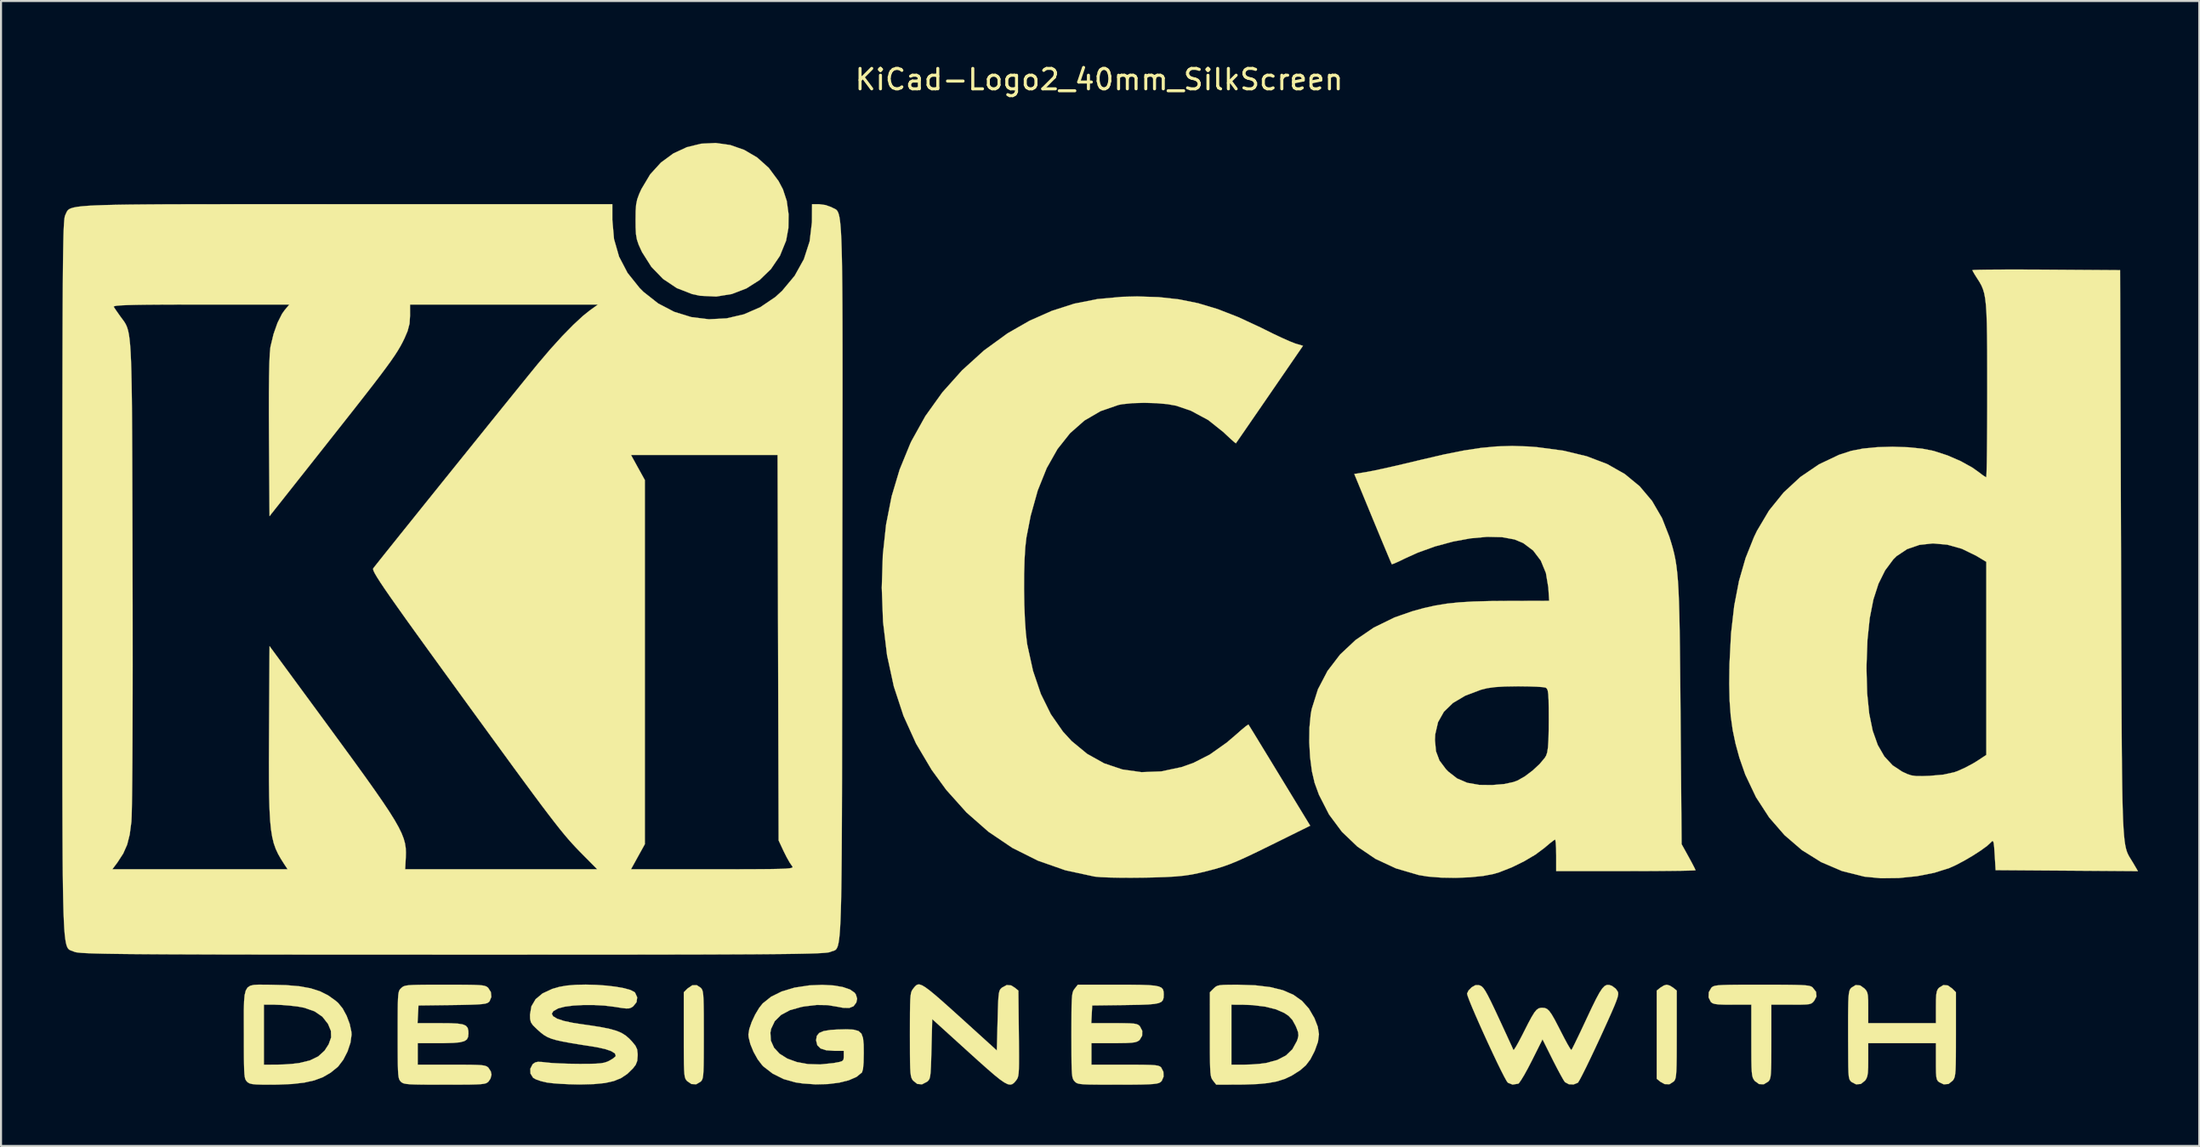
<source format=kicad_pcb>
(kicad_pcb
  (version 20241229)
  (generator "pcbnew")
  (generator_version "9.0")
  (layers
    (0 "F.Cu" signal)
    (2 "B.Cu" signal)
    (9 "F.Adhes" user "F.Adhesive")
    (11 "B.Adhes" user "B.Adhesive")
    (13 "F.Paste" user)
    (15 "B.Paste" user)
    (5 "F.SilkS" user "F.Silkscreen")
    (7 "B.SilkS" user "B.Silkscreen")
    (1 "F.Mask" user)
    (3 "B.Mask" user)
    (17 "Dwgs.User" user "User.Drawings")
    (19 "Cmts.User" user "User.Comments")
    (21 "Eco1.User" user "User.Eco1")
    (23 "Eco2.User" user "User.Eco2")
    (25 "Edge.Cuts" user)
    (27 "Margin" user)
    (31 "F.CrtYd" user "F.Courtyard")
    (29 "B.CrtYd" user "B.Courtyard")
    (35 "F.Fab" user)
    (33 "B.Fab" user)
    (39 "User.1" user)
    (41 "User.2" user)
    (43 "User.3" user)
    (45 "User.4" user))
  (footprint "KiCad-Logo2_40mm_SilkScreen"
    (layer "F.Cu")
    (at 50.806 23.708)
    (property "Reference" "KiCad-Logo2_40mm_SilkScreen" (at 0 -22.86 0) (layer "F.SilkS") (effects (font (size 1 1) (thickness 0.15))))
    (attr exclude_from_pos_files exclude_from_bom allow_missing_courtyard)
    (fp_poly (pts (xy 27.966 21.545) (xy 28.124 21.644) (xy 28.302 21.788) (xy 28.302 23.935) (xy 28.301 24.563) (xy 28.299 25.057) (xy 28.293 25.436) (xy 28.284 25.717) (xy 28.269 25.917) (xy 28.249 26.054) (xy 28.221 26.146) (xy 28.184 26.209) (xy 28.158 26.24) (xy 27.948 26.377) (xy 27.709 26.371) (xy 27.5 26.255) (xy 27.322 26.11) (xy 27.322 21.788) (xy 27.5 21.644) (xy 27.672 21.539) (xy 27.812 21.5) (xy 27.966 21.545)) (stroke (width 0.01) (type solid)) (fill yes) (layer "F.SilkS"))
    (fp_poly (pts (xy -19.521 21.65) (xy -19.477 21.701) (xy -19.443 21.766) (xy -19.417 21.863) (xy -19.398 22.01) (xy -19.385 22.225) (xy -19.377 22.523) (xy -19.372 22.924) (xy -19.371 23.444) (xy -19.37 23.949) (xy -19.371 24.576) (xy -19.373 25.069) (xy -19.378 25.447) (xy -19.387 25.726) (xy -19.401 25.924) (xy -19.421 26.059) (xy -19.449 26.148) (xy -19.486 26.209) (xy -19.521 26.248) (xy -19.741 26.379) (xy -19.976 26.368) (xy -20.186 26.224) (xy -20.235 26.168) (xy -20.272 26.103) (xy -20.301 26.012) (xy -20.321 25.875) (xy -20.335 25.675) (xy -20.344 25.395) (xy -20.348 25.016) (xy -20.35 24.521) (xy -20.35 23.96) (xy -20.35 21.87) (xy -20.165 21.685) (xy -19.937 21.529) (xy -19.716 21.523) (xy -19.521 21.65)) (stroke (width 0.01) (type solid)) (fill yes) (layer "F.SilkS"))
    (fp_poly (pts (xy -18.076 -19.651) (xy -17.392 -19.413) (xy -16.756 -19.04) (xy -16.187 -18.531) (xy -15.708 -17.886) (xy -15.493 -17.48) (xy -15.306 -16.911) (xy -15.216 -16.254) (xy -15.226 -15.579) (xy -15.337 -14.968) (xy -15.641 -14.22) (xy -16.081 -13.572) (xy -16.635 -13.035) (xy -17.282 -12.624) (xy -17.998 -12.349) (xy -18.761 -12.225) (xy -19.549 -12.263) (xy -19.938 -12.345) (xy -20.695 -12.64) (xy -21.367 -13.089) (xy -21.938 -13.679) (xy -22.393 -14.397) (xy -22.431 -14.475) (xy -22.564 -14.769) (xy -22.647 -15.017) (xy -22.693 -15.278) (xy -22.711 -15.613) (xy -22.714 -15.977) (xy -22.709 -16.415) (xy -22.686 -16.732) (xy -22.634 -16.987) (xy -22.541 -17.243) (xy -22.426 -17.496) (xy -21.998 -18.213) (xy -21.47 -18.793) (xy -20.864 -19.237) (xy -20.201 -19.545) (xy -19.501 -19.716) (xy -18.786 -19.751) (xy -18.076 -19.651)) (stroke (width 0.01) (type solid)) (fill yes) (layer "F.SilkS"))
    (fp_poly (pts (xy 33.136 21.5) (xy 33.662 21.503) (xy 34.07 21.508) (xy 34.376 21.517) (xy 34.599 21.53) (xy 34.753 21.549) (xy 34.856 21.574) (xy 34.924 21.607) (xy 34.957 21.631) (xy 35.128 21.849) (xy 35.149 22.074) (xy 35.043 22.279) (xy 34.974 22.361) (xy 34.9 22.417) (xy 34.792 22.452) (xy 34.622 22.47) (xy 34.363 22.478) (xy 33.986 22.479) (xy 33.911 22.479) (xy 32.937 22.479) (xy 32.937 24.288) (xy 32.936 24.858) (xy 32.934 25.297) (xy 32.927 25.624) (xy 32.915 25.857) (xy 32.896 26.017) (xy 32.869 26.123) (xy 32.833 26.194) (xy 32.786 26.248) (xy 32.566 26.38) (xy 32.337 26.37) (xy 32.129 26.219) (xy 32.113 26.2) (xy 32.064 26.129) (xy 32.026 26.046) (xy 31.998 25.931) (xy 31.979 25.764) (xy 31.967 25.524) (xy 31.96 25.192) (xy 31.958 24.747) (xy 31.957 24.24) (xy 31.957 22.479) (xy 31.027 22.479) (xy 30.628 22.477) (xy 30.351 22.466) (xy 30.17 22.444) (xy 30.056 22.407) (xy 29.981 22.351) (xy 29.972 22.342) (xy 29.862 22.12) (xy 29.872 21.869) (xy 29.998 21.65) (xy 30.046 21.608) (xy 30.109 21.574) (xy 30.202 21.548) (xy 30.343 21.529) (xy 30.548 21.516) (xy 30.834 21.507) (xy 31.217 21.502) (xy 31.714 21.5) (xy 32.343 21.5) (xy 32.477 21.5) (xy 33.136 21.5)) (stroke (width 0.01) (type solid)) (fill yes) (layer "F.SilkS"))
    (fp_poly (pts (xy 41.587 21.536) (xy 41.797 21.685) (xy 41.982 21.87) (xy 41.982 23.936) (xy 41.981 24.549) (xy 41.979 25.03) (xy 41.973 25.397) (xy 41.964 25.668) (xy 41.948 25.861) (xy 41.926 25.995) (xy 41.896 26.088) (xy 41.856 26.158) (xy 41.825 26.2) (xy 41.62 26.364) (xy 41.385 26.382) (xy 41.169 26.281) (xy 41.098 26.222) (xy 41.051 26.143) (xy 41.022 26.016) (xy 41.007 25.812) (xy 41.002 25.503) (xy 41.002 25.264) (xy 41.002 24.364) (xy 37.685 24.364) (xy 37.685 25.183) (xy 37.682 25.557) (xy 37.668 25.814) (xy 37.639 25.988) (xy 37.589 26.112) (xy 37.529 26.2) (xy 37.323 26.364) (xy 37.09 26.383) (xy 36.866 26.267) (xy 36.805 26.206) (xy 36.762 26.125) (xy 36.734 25.999) (xy 36.717 25.803) (xy 36.708 25.511) (xy 36.704 25.099) (xy 36.704 25.004) (xy 36.7 24.227) (xy 36.699 23.587) (xy 36.699 23.069) (xy 36.703 22.66) (xy 36.709 22.345) (xy 36.72 22.11) (xy 36.736 21.942) (xy 36.758 21.825) (xy 36.785 21.746) (xy 36.819 21.692) (xy 36.856 21.65) (xy 37.069 21.518) (xy 37.291 21.536) (xy 37.5 21.685) (xy 37.585 21.78) (xy 37.639 21.886) (xy 37.669 22.037) (xy 37.683 22.267) (xy 37.685 22.613) (xy 37.685 22.627) (xy 37.685 23.384) (xy 41.002 23.384) (xy 41.002 22.592) (xy 41.005 22.228) (xy 41.019 21.982) (xy 41.048 21.822) (xy 41.097 21.716) (xy 41.153 21.65) (xy 41.365 21.518) (xy 41.587 21.536)) (stroke (width 0.01) (type solid)) (fill yes) (layer "F.SilkS"))
    (fp_poly (pts (xy 6.799 21.501) (xy 7.66 21.53) (xy 8.392 21.618) (xy 9.008 21.771) (xy 9.519 21.994) (xy 9.938 22.291) (xy 10.277 22.669) (xy 10.547 23.133) (xy 10.552 23.144) (xy 10.713 23.559) (xy 10.771 23.926) (xy 10.724 24.296) (xy 10.573 24.718) (xy 10.545 24.782) (xy 10.35 25.158) (xy 10.131 25.448) (xy 9.848 25.695) (xy 9.462 25.94) (xy 9.44 25.953) (xy 9.104 26.114) (xy 8.724 26.235) (xy 8.276 26.319) (xy 7.735 26.37) (xy 7.078 26.393) (xy 6.845 26.395) (xy 5.739 26.399) (xy 5.583 26.2) (xy 5.537 26.135) (xy 5.5 26.059) (xy 5.473 25.953) (xy 5.454 25.8) (xy 5.441 25.581) (xy 5.436 25.419) (xy 6.482 25.419) (xy 7.109 25.419) (xy 7.476 25.408) (xy 7.852 25.38) (xy 8.161 25.34) (xy 8.18 25.337) (xy 8.729 25.189) (xy 9.154 24.968) (xy 9.47 24.663) (xy 9.69 24.263) (xy 9.728 24.157) (xy 9.766 23.992) (xy 9.75 23.829) (xy 9.671 23.612) (xy 9.623 23.505) (xy 9.467 23.222) (xy 9.28 23.023) (xy 9.073 22.885) (xy 8.659 22.704) (xy 8.13 22.574) (xy 7.513 22.499) (xy 7.066 22.482) (xy 6.482 22.479) (xy 6.482 25.419) (xy 5.436 25.419) (xy 5.433 25.278) (xy 5.428 24.873) (xy 5.427 24.347) (xy 5.427 23.936) (xy 5.427 21.87) (xy 5.612 21.685) (xy 5.694 21.61) (xy 5.783 21.558) (xy 5.907 21.526) (xy 6.094 21.509) (xy 6.374 21.502) (xy 6.775 21.501) (xy 6.799 21.501)) (stroke (width 0.01) (type solid)) (fill yes) (layer "F.SilkS"))
    (fp_poly (pts (xy -40.87 21.5) (xy -40.606 21.502) (xy -39.834 21.521) (xy -39.187 21.576) (xy -38.643 21.674) (xy -38.181 21.821) (xy -37.779 22.022) (xy -37.413 22.284) (xy -37.283 22.397) (xy -37.067 22.663) (xy -36.871 23.024) (xy -36.721 23.424) (xy -36.639 23.807) (xy -36.63 23.949) (xy -36.684 24.342) (xy -36.827 24.771) (xy -37.035 25.177) (xy -37.281 25.501) (xy -37.321 25.54) (xy -37.66 25.814) (xy -38.031 26.029) (xy -38.455 26.188) (xy -38.954 26.299) (xy -39.55 26.367) (xy -40.264 26.396) (xy -40.59 26.399) (xy -41.006 26.397) (xy -41.298 26.388) (xy -41.494 26.37) (xy -41.622 26.338) (xy -41.709 26.29) (xy -41.755 26.248) (xy -41.799 26.197) (xy -41.834 26.132) (xy -41.86 26.035) (xy -41.879 25.888) (xy -41.892 25.674) (xy -41.9 25.375) (xy -41.904 24.974) (xy -41.906 24.454) (xy -41.906 23.949) (xy -41.908 23.275) (xy -41.908 22.737) (xy -41.901 22.479) (xy -40.926 22.479) (xy -40.926 25.419) (xy -40.305 25.418) (xy -39.93 25.408) (xy -39.539 25.38) (xy -39.212 25.341) (xy -39.202 25.34) (xy -38.673 25.212) (xy -38.263 25.013) (xy -37.952 24.73) (xy -37.753 24.423) (xy -37.631 24.083) (xy -37.641 23.764) (xy -37.783 23.422) (xy -38.06 23.067) (xy -38.444 22.805) (xy -38.943 22.63) (xy -39.276 22.568) (xy -39.655 22.524) (xy -40.056 22.492) (xy -40.397 22.479) (xy -40.418 22.479) (xy -40.926 22.479) (xy -41.901 22.479) (xy -41.897 22.319) (xy -41.869 22.007) (xy -41.814 21.785) (xy -41.726 21.638) (xy -41.595 21.551) (xy -41.414 21.509) (xy -41.175 21.497) (xy -40.87 21.5)) (stroke (width 0.01) (type solid)) (fill yes) (layer "F.SilkS"))
    (fp_poly (pts (xy -8.68 21.529) (xy -8.523 21.621) (xy -8.317 21.772) (xy -8.052 21.989) (xy -7.718 22.278) (xy -7.303 22.648) (xy -6.797 23.104) (xy -6.218 23.629) (xy -5.012 24.723) (xy -4.974 23.255) (xy -4.961 22.75) (xy -4.948 22.374) (xy -4.932 22.105) (xy -4.911 21.921) (xy -4.882 21.802) (xy -4.842 21.724) (xy -4.788 21.667) (xy -4.759 21.643) (xy -4.528 21.517) (xy -4.309 21.535) (xy -4.135 21.644) (xy -3.957 21.788) (xy -3.935 23.89) (xy -3.929 24.509) (xy -3.926 24.995) (xy -3.927 25.366) (xy -3.933 25.641) (xy -3.945 25.838) (xy -3.965 25.974) (xy -3.993 26.069) (xy -4.031 26.139) (xy -4.072 26.196) (xy -4.162 26.301) (xy -4.252 26.371) (xy -4.354 26.397) (xy -4.48 26.374) (xy -4.643 26.292) (xy -4.856 26.145) (xy -5.13 25.925) (xy -5.478 25.625) (xy -5.914 25.237) (xy -6.407 24.791) (xy -8.178 23.185) (xy -8.215 24.648) (xy -8.229 25.152) (xy -8.242 25.527) (xy -8.258 25.796) (xy -8.279 25.978) (xy -8.308 26.097) (xy -8.349 26.175) (xy -8.403 26.232) (xy -8.431 26.255) (xy -8.678 26.382) (xy -8.911 26.363) (xy -9.114 26.2) (xy -9.161 26.135) (xy -9.197 26.058) (xy -9.224 25.952) (xy -9.244 25.799) (xy -9.257 25.579) (xy -9.265 25.275) (xy -9.269 24.868) (xy -9.27 24.34) (xy -9.271 23.949) (xy -9.27 23.338) (xy -9.268 22.859) (xy -9.262 22.494) (xy -9.253 22.225) (xy -9.237 22.033) (xy -9.215 21.9) (xy -9.184 21.808) (xy -9.144 21.738) (xy -9.114 21.698) (xy -9.039 21.604) (xy -8.969 21.533) (xy -8.892 21.492) (xy -8.8 21.488) (xy -8.68 21.529)) (stroke (width 0.01) (type solid)) (fill yes) (layer "F.SilkS"))
    (fp_poly (pts (xy -13.02 21.536) (xy -12.562 21.613) (xy -12.211 21.733) (xy -11.982 21.89) (xy -11.92 21.979) (xy -11.857 22.188) (xy -11.899 22.376) (xy -12.034 22.555) (xy -12.243 22.639) (xy -12.546 22.632) (xy -12.781 22.587) (xy -13.302 22.5) (xy -13.835 22.492) (xy -14.432 22.562) (xy -14.596 22.592) (xy -15.151 22.748) (xy -15.585 22.981) (xy -15.893 23.286) (xy -16.071 23.659) (xy -16.108 23.852) (xy -16.084 24.243) (xy -15.928 24.59) (xy -15.655 24.884) (xy -15.279 25.12) (xy -14.814 25.29) (xy -14.273 25.389) (xy -13.673 25.408) (xy -13.025 25.342) (xy -12.989 25.336) (xy -12.731 25.288) (xy -12.589 25.241) (xy -12.527 25.173) (xy -12.512 25.058) (xy -12.512 24.997) (xy -12.512 24.741) (xy -12.969 24.741) (xy -13.372 24.713) (xy -13.648 24.625) (xy -13.808 24.468) (xy -13.866 24.236) (xy -13.867 24.206) (xy -13.833 24.007) (xy -13.717 23.865) (xy -13.5 23.772) (xy -13.164 23.717) (xy -12.84 23.697) (xy -12.368 23.685) (xy -12.026 23.703) (xy -11.792 23.768) (xy -11.647 23.898) (xy -11.569 24.113) (xy -11.537 24.429) (xy -11.532 24.845) (xy -11.541 25.308) (xy -11.569 25.624) (xy -11.617 25.792) (xy -11.626 25.805) (xy -11.886 26.016) (xy -12.267 26.183) (xy -12.745 26.302) (xy -13.295 26.37) (xy -13.895 26.384) (xy -14.519 26.34) (xy -14.886 26.286) (xy -15.461 26.123) (xy -15.996 25.857) (xy -16.444 25.511) (xy -16.512 25.442) (xy -16.733 25.151) (xy -16.933 24.791) (xy -17.088 24.414) (xy -17.174 24.071) (xy -17.185 23.94) (xy -17.14 23.665) (xy -17.022 23.323) (xy -16.854 22.964) (xy -16.657 22.635) (xy -16.483 22.416) (xy -16.076 22.09) (xy -15.549 21.83) (xy -14.923 21.643) (xy -14.215 21.534) (xy -13.567 21.507) (xy -13.02 21.536)) (stroke (width 0.01) (type solid)) (fill yes) (layer "F.SilkS"))
    (fp_poly (pts (xy 1.538 21.501) (xy 2.048 21.507) (xy 2.438 21.521) (xy 2.726 21.547) (xy 2.926 21.588) (xy 3.054 21.647) (xy 3.126 21.727) (xy 3.158 21.833) (xy 3.166 21.966) (xy 3.166 21.982) (xy 3.159 22.133) (xy 3.127 22.25) (xy 3.053 22.338) (xy 2.92 22.4) (xy 2.71 22.442) (xy 2.405 22.469) (xy 1.989 22.485) (xy 1.444 22.494) (xy 1.277 22.497) (xy -0.339 22.517) (xy -0.362 22.95) (xy -0.384 23.384) (xy 0.738 23.384) (xy 1.177 23.385) (xy 1.49 23.392) (xy 1.703 23.407) (xy 1.841 23.434) (xy 1.93 23.474) (xy 1.995 23.532) (xy 1.995 23.532) (xy 2.112 23.757) (xy 2.108 23.999) (xy 1.985 24.206) (xy 1.961 24.227) (xy 1.874 24.282) (xy 1.756 24.32) (xy 1.579 24.344) (xy 1.318 24.358) (xy 0.946 24.363) (xy 0.708 24.364) (xy -0.377 24.364) (xy -0.377 25.419) (xy 1.27 25.419) (xy 1.813 25.42) (xy 2.226 25.424) (xy 2.528 25.432) (xy 2.739 25.446) (xy 2.879 25.468) (xy 2.968 25.5) (xy 3.026 25.541) (xy 3.041 25.557) (xy 3.149 25.767) (xy 3.157 26.007) (xy 3.068 26.215) (xy 2.998 26.281) (xy 2.925 26.318) (xy 2.812 26.346) (xy 2.641 26.368) (xy 2.395 26.382) (xy 2.055 26.392) (xy 1.603 26.397) (xy 1.022 26.399) (xy 0.891 26.399) (xy 0.3 26.398) (xy -0.159 26.396) (xy -0.504 26.391) (xy -0.753 26.381) (xy -0.927 26.365) (xy -1.042 26.341) (xy -1.118 26.308) (xy -1.173 26.265) (xy -1.203 26.234) (xy -1.248 26.179) (xy -1.284 26.11) (xy -1.311 26.011) (xy -1.33 25.863) (xy -1.343 25.648) (xy -1.351 25.348) (xy -1.355 24.946) (xy -1.356 24.423) (xy -1.357 23.983) (xy -1.356 23.366) (xy -1.354 22.882) (xy -1.349 22.512) (xy -1.339 22.239) (xy -1.324 22.043) (xy -1.302 21.907) (xy -1.273 21.813) (xy -1.234 21.743) (xy -1.2 21.698) (xy -1.044 21.5) (xy 0.893 21.5) (xy 1.538 21.501)) (stroke (width 0.01) (type solid)) (fill yes) (layer "F.SilkS"))
    (fp_poly (pts (xy -31.465 21.5) (xy -31.002 21.503) (xy -30.652 21.508) (xy -30.397 21.519) (xy -30.219 21.535) (xy -30.099 21.559) (xy -30.018 21.591) (xy -29.958 21.634) (xy -29.936 21.653) (xy -29.804 21.861) (xy -29.781 22.099) (xy -29.868 22.31) (xy -29.908 22.353) (xy -29.973 22.395) (xy -30.077 22.427) (xy -30.241 22.451) (xy -30.483 22.468) (xy -30.823 22.481) (xy -31.28 22.491) (xy -31.698 22.497) (xy -33.352 22.517) (xy -33.374 22.95) (xy -33.397 23.384) (xy -32.274 23.384) (xy -31.787 23.388) (xy -31.43 23.406) (xy -31.184 23.444) (xy -31.028 23.511) (xy -30.942 23.613) (xy -30.907 23.759) (xy -30.902 23.894) (xy -30.919 24.06) (xy -30.981 24.182) (xy -31.109 24.267) (xy -31.321 24.322) (xy -31.636 24.351) (xy -32.074 24.363) (xy -32.313 24.364) (xy -33.389 24.364) (xy -33.389 25.419) (xy -31.731 25.419) (xy -31.188 25.42) (xy -30.775 25.423) (xy -30.472 25.431) (xy -30.259 25.444) (xy -30.115 25.466) (xy -30.021 25.497) (xy -29.955 25.539) (xy -29.922 25.57) (xy -29.808 25.749) (xy -29.772 25.909) (xy -29.824 26.104) (xy -29.922 26.248) (xy -29.975 26.293) (xy -30.042 26.329) (xy -30.144 26.355) (xy -30.296 26.374) (xy -30.519 26.386) (xy -30.83 26.394) (xy -31.247 26.397) (xy -31.789 26.399) (xy -32.07 26.399) (xy -32.672 26.398) (xy -33.142 26.396) (xy -33.497 26.39) (xy -33.756 26.38) (xy -33.938 26.364) (xy -34.059 26.341) (xy -34.139 26.31) (xy -34.196 26.269) (xy -34.218 26.248) (xy -34.262 26.197) (xy -34.297 26.132) (xy -34.323 26.034) (xy -34.342 25.887) (xy -34.355 25.672) (xy -34.363 25.372) (xy -34.367 24.97) (xy -34.369 24.448) (xy -34.369 23.962) (xy -34.369 23.34) (xy -34.367 22.851) (xy -34.363 22.477) (xy -34.355 22.201) (xy -34.341 22.006) (xy -34.321 21.873) (xy -34.293 21.785) (xy -34.255 21.725) (xy -34.207 21.675) (xy -34.195 21.663) (xy -34.137 21.614) (xy -34.07 21.575) (xy -33.974 21.547) (xy -33.833 21.526) (xy -33.626 21.513) (xy -33.335 21.505) (xy -32.941 21.501) (xy -32.426 21.5) (xy -32.061 21.5) (xy -31.465 21.5)) (stroke (width 0.01) (type solid)) (fill yes) (layer "F.SilkS"))
    (fp_poly (pts (xy 25.001 21.513) (xy 25.132 21.559) (xy 25.137 21.562) (xy 25.315 21.697) (xy 25.413 21.837) (xy 25.432 21.902) (xy 25.431 21.989) (xy 25.404 22.113) (xy 25.345 22.289) (xy 25.249 22.532) (xy 25.108 22.859) (xy 24.918 23.284) (xy 24.673 23.823) (xy 24.538 24.118) (xy 24.293 24.644) (xy 24.064 25.127) (xy 23.859 25.551) (xy 23.686 25.897) (xy 23.554 26.148) (xy 23.472 26.285) (xy 23.456 26.304) (xy 23.249 26.388) (xy 23.015 26.377) (xy 22.827 26.275) (xy 22.82 26.267) (xy 22.745 26.154) (xy 22.62 25.933) (xy 22.459 25.634) (xy 22.279 25.285) (xy 22.214 25.156) (xy 21.726 24.177) (xy 21.193 25.241) (xy 21.003 25.608) (xy 20.827 25.927) (xy 20.678 26.172) (xy 20.573 26.32) (xy 20.537 26.351) (xy 20.258 26.394) (xy 20.029 26.304) (xy 19.961 26.209) (xy 19.844 25.997) (xy 19.687 25.689) (xy 19.5 25.307) (xy 19.293 24.87) (xy 19.074 24.4) (xy 18.853 23.918) (xy 18.64 23.444) (xy 18.445 23) (xy 18.276 22.606) (xy 18.144 22.283) (xy 18.059 22.053) (xy 18.028 21.935) (xy 18.029 21.931) (xy 18.102 21.782) (xy 18.25 21.631) (xy 18.258 21.624) (xy 18.44 21.522) (xy 18.607 21.523) (xy 18.67 21.542) (xy 18.747 21.584) (xy 18.828 21.666) (xy 18.924 21.806) (xy 19.044 22.02) (xy 19.198 22.325) (xy 19.396 22.739) (xy 19.574 23.121) (xy 19.779 23.564) (xy 19.963 23.962) (xy 20.116 24.295) (xy 20.229 24.541) (xy 20.291 24.681) (xy 20.3 24.703) (xy 20.341 24.667) (xy 20.436 24.518) (xy 20.571 24.276) (xy 20.734 23.965) (xy 20.799 23.836) (xy 21.019 23.402) (xy 21.189 23.086) (xy 21.322 22.869) (xy 21.433 22.734) (xy 21.535 22.661) (xy 21.643 22.633) (xy 21.713 22.63) (xy 21.837 22.641) (xy 21.945 22.686) (xy 22.053 22.785) (xy 22.175 22.955) (xy 22.325 23.215) (xy 22.518 23.585) (xy 22.625 23.795) (xy 22.798 24.13) (xy 22.948 24.408) (xy 23.064 24.605) (xy 23.131 24.698) (xy 23.14 24.702) (xy 23.183 24.629) (xy 23.279 24.439) (xy 23.419 24.151) (xy 23.594 23.787) (xy 23.792 23.365) (xy 23.89 23.155) (xy 24.144 22.615) (xy 24.349 22.199) (xy 24.515 21.893) (xy 24.652 21.686) (xy 24.772 21.562) (xy 24.885 21.509) (xy 25.001 21.513)) (stroke (width 0.01) (type solid)) (fill yes) (layer "F.SilkS"))
    (fp_poly (pts (xy -24.648 21.508) (xy -24.148 21.543) (xy -23.684 21.598) (xy -23.281 21.67) (xy -22.967 21.757) (xy -22.77 21.858) (xy -22.739 21.888) (xy -22.634 22.119) (xy -22.666 22.356) (xy -22.83 22.559) (xy -22.837 22.565) (xy -22.934 22.627) (xy -23.034 22.66) (xy -23.174 22.664) (xy -23.39 22.64) (xy -23.716 22.588) (xy -23.742 22.584) (xy -24.227 22.524) (xy -24.751 22.495) (xy -25.277 22.495) (xy -25.767 22.522) (xy -26.186 22.577) (xy -26.495 22.658) (xy -26.515 22.666) (xy -26.74 22.792) (xy -26.819 22.919) (xy -26.757 23.044) (xy -26.56 23.164) (xy -26.232 23.274) (xy -25.778 23.371) (xy -25.475 23.418) (xy -24.847 23.508) (xy -24.346 23.59) (xy -23.954 23.672) (xy -23.647 23.76) (xy -23.405 23.862) (xy -23.207 23.985) (xy -23.03 24.135) (xy -22.889 24.283) (xy -22.721 24.489) (xy -22.638 24.666) (xy -22.612 24.884) (xy -22.611 24.964) (xy -22.631 25.229) (xy -22.708 25.427) (xy -22.843 25.602) (xy -23.116 25.869) (xy -23.42 26.074) (xy -23.779 26.221) (xy -24.214 26.318) (xy -24.748 26.371) (xy -25.405 26.388) (xy -25.513 26.388) (xy -25.951 26.378) (xy -26.385 26.358) (xy -26.768 26.329) (xy -27.053 26.294) (xy -27.076 26.29) (xy -27.359 26.223) (xy -27.599 26.138) (xy -27.735 26.06) (xy -27.862 25.856) (xy -27.871 25.618) (xy -27.762 25.406) (xy -27.737 25.382) (xy -27.636 25.311) (xy -27.51 25.28) (xy -27.315 25.285) (xy -27.078 25.312) (xy -26.813 25.337) (xy -26.441 25.357) (xy -26.008 25.372) (xy -25.556 25.379) (xy -25.438 25.38) (xy -24.985 25.378) (xy -24.653 25.369) (xy -24.414 25.35) (xy -24.237 25.318) (xy -24.095 25.27) (xy -24.01 25.23) (xy -23.822 25.119) (xy -23.702 25.019) (xy -23.685 24.99) (xy -23.722 24.873) (xy -23.897 24.759) (xy -24.199 24.654) (xy -24.615 24.563) (xy -24.738 24.542) (xy -25.378 24.442) (xy -25.889 24.358) (xy -26.291 24.284) (xy -26.602 24.215) (xy -26.844 24.143) (xy -27.035 24.064) (xy -27.196 23.971) (xy -27.345 23.858) (xy -27.503 23.718) (xy -27.557 23.669) (xy -27.743 23.487) (xy -27.842 23.342) (xy -27.881 23.176) (xy -27.887 22.968) (xy -27.818 22.559) (xy -27.613 22.211) (xy -27.271 21.926) (xy -26.795 21.705) (xy -26.455 21.606) (xy -26.086 21.542) (xy -25.644 21.505) (xy -25.155 21.495) (xy -24.648 21.508)) (stroke (width 0.01) (type solid)) (fill yes) (layer "F.SilkS"))
    (fp_poly (pts (xy 2.917 -12.197) (xy 3.899 -12.09) (xy 4.85 -11.898) (xy 5.809 -11.61) (xy 6.815 -11.218) (xy 7.907 -10.711) (xy 8.103 -10.613) (xy 8.554 -10.39) (xy 8.98 -10.19) (xy 9.338 -10.031) (xy 9.586 -9.933) (xy 9.624 -9.92) (xy 9.989 -9.811) (xy 8.354 -7.432) (xy 7.954 -6.85) (xy 7.588 -6.319) (xy 7.27 -5.856) (xy 7.01 -5.479) (xy 6.822 -5.207) (xy 6.718 -5.057) (xy 6.701 -5.033) (xy 6.632 -5.083) (xy 6.463 -5.232) (xy 6.223 -5.454) (xy 6.091 -5.58) (xy 5.343 -6.175) (xy 4.502 -6.627) (xy 3.778 -6.875) (xy 3.343 -6.953) (xy 2.799 -7) (xy 2.209 -7.016) (xy 1.638 -7) (xy 1.148 -6.951) (xy 0.953 -6.914) (xy 0.074 -6.611) (xy -0.719 -6.149) (xy -1.424 -5.528) (xy -2.041 -4.75) (xy -2.569 -3.815) (xy -3.008 -2.723) (xy -3.356 -1.477) (xy -3.564 -0.41) (xy -3.618 0.061) (xy -3.655 0.67) (xy -3.675 1.372) (xy -3.678 2.125) (xy -3.666 2.883) (xy -3.637 3.605) (xy -3.593 4.245) (xy -3.534 4.76) (xy -3.521 4.839) (xy -3.239 6.12) (xy -2.855 7.253) (xy -2.366 8.244) (xy -1.771 9.098) (xy -1.348 9.559) (xy -0.588 10.186) (xy 0.245 10.651) (xy 1.138 10.951) (xy 2.076 11.083) (xy 3.045 11.046) (xy 4.031 10.837) (xy 4.614 10.632) (xy 5.422 10.221) (xy 6.253 9.633) (xy 6.719 9.235) (xy 6.981 9.004) (xy 7.187 8.835) (xy 7.304 8.754) (xy 7.318 8.751) (xy 7.37 8.835) (xy 7.506 9.054) (xy 7.713 9.392) (xy 7.979 9.829) (xy 8.295 10.346) (xy 8.647 10.924) (xy 8.843 11.246) (xy 10.342 13.707) (xy 8.471 14.632) (xy 7.795 14.964) (xy 7.247 15.226) (xy 6.794 15.43) (xy 6.402 15.591) (xy 6.039 15.72) (xy 5.67 15.831) (xy 5.262 15.937) (xy 4.871 16.03) (xy 4.523 16.102) (xy 4.159 16.156) (xy 3.744 16.196) (xy 3.239 16.224) (xy 2.609 16.244) (xy 2.185 16.252) (xy 1.579 16.258) (xy 0.999 16.255) (xy 0.481 16.245) (xy 0.066 16.227) (xy -0.209 16.202) (xy -0.226 16.2) (xy -1.656 15.891) (xy -2.999 15.421) (xy -4.254 14.793) (xy -5.421 14.005) (xy -6.499 13.058) (xy -7.489 11.953) (xy -8.206 10.97) (xy -8.969 9.684) (xy -9.585 8.326) (xy -10.059 6.885) (xy -10.392 5.35) (xy -10.588 3.711) (xy -10.65 2.046) (xy -10.599 0.435) (xy -10.439 -1.051) (xy -10.166 -2.437) (xy -9.774 -3.749) (xy -9.257 -5.012) (xy -9.196 -5.142) (xy -8.516 -6.365) (xy -7.682 -7.529) (xy -6.716 -8.609) (xy -5.643 -9.582) (xy -4.485 -10.424) (xy -3.407 -11.041) (xy -2.317 -11.524) (xy -1.225 -11.875) (xy -0.089 -12.101) (xy 1.135 -12.213) (xy 1.866 -12.23) (xy 2.917 -12.197)) (stroke (width 0.01) (type solid)) (fill yes) (layer "F.SilkS"))
    (fp_poly (pts (xy 45.37 -13.548) (xy 46.144 -13.545) (xy 46.407 -13.543) (xy 50.026 -13.519) (xy 50.072 0.364) (xy 50.078 2.247) (xy 50.083 3.956) (xy 50.088 5.501) (xy 50.093 6.891) (xy 50.098 8.133) (xy 50.104 9.238) (xy 50.111 10.214) (xy 50.12 11.07) (xy 50.13 11.814) (xy 50.142 12.456) (xy 50.157 13.005) (xy 50.174 13.468) (xy 50.195 13.855) (xy 50.219 14.176) (xy 50.246 14.438) (xy 50.278 14.651) (xy 50.314 14.823) (xy 50.355 14.963) (xy 50.401 15.08) (xy 50.453 15.184) (xy 50.511 15.282) (xy 50.574 15.384) (xy 50.644 15.498) (xy 50.659 15.522) (xy 50.9 15.934) (xy 43.927 15.886) (xy 43.881 15.12) (xy 43.856 14.753) (xy 43.83 14.54) (xy 43.795 14.456) (xy 43.743 14.473) (xy 43.699 14.522) (xy 43.507 14.699) (xy 43.195 14.926) (xy 42.806 15.177) (xy 42.384 15.424) (xy 41.974 15.64) (xy 41.659 15.782) (xy 40.921 16.015) (xy 40.074 16.181) (xy 39.181 16.272) (xy 38.304 16.282) (xy 37.506 16.205) (xy 37.493 16.203) (xy 36.401 15.929) (xy 35.379 15.492) (xy 34.436 14.903) (xy 33.583 14.169) (xy 32.829 13.301) (xy 32.185 12.308) (xy 31.659 11.2) (xy 31.373 10.378) (xy 31.185 9.691) (xy 31.045 9.026) (xy 30.949 8.342) (xy 30.894 7.599) (xy 30.875 6.757) (xy 30.883 6.069) (xy 37.601 6.069) (xy 37.633 7.222) (xy 37.733 8.215) (xy 37.905 9.055) (xy 38.152 9.752) (xy 38.476 10.314) (xy 38.881 10.75) (xy 39.348 11.058) (xy 39.592 11.173) (xy 39.803 11.242) (xy 40.038 11.274) (xy 40.354 11.276) (xy 40.695 11.264) (xy 41.364 11.205) (xy 41.894 11.089) (xy 42.06 11.031) (xy 42.44 10.86) (xy 42.841 10.645) (xy 43.016 10.538) (xy 43.471 10.239) (xy 43.471 0.776) (xy 42.971 0.476) (xy 42.272 0.136) (xy 41.559 -0.064) (xy 40.856 -0.127) (xy 40.191 -0.054) (xy 39.589 0.154) (xy 39.075 0.496) (xy 38.91 0.66) (xy 38.511 1.197) (xy 38.188 1.848) (xy 37.938 2.623) (xy 37.759 3.534) (xy 37.648 4.591) (xy 37.603 5.807) (xy 37.601 6.069) (xy 30.883 6.069) (xy 30.887 5.783) (xy 30.964 4.284) (xy 31.118 2.932) (xy 31.354 1.708) (xy 31.676 0.59) (xy 32.087 -0.439) (xy 32.234 -0.744) (xy 32.825 -1.739) (xy 33.54 -2.623) (xy 34.361 -3.383) (xy 35.272 -4.002) (xy 36.255 -4.469) (xy 36.845 -4.661) (xy 37.424 -4.775) (xy 38.121 -4.843) (xy 38.877 -4.865) (xy 39.634 -4.84) (xy 40.333 -4.77) (xy 40.895 -4.659) (xy 41.563 -4.442) (xy 42.211 -4.162) (xy 42.777 -3.849) (xy 43.079 -3.636) (xy 43.287 -3.478) (xy 43.433 -3.382) (xy 43.466 -3.368) (xy 43.476 -3.457) (xy 43.486 -3.709) (xy 43.495 -4.108) (xy 43.502 -4.635) (xy 43.508 -5.273) (xy 43.513 -6.005) (xy 43.516 -6.811) (xy 43.517 -7.633) (xy 43.516 -8.685) (xy 43.514 -9.572) (xy 43.507 -10.311) (xy 43.496 -10.919) (xy 43.478 -11.413) (xy 43.452 -11.809) (xy 43.416 -12.125) (xy 43.369 -12.378) (xy 43.308 -12.584) (xy 43.234 -12.762) (xy 43.144 -12.926) (xy 43.036 -13.096) (xy 43.022 -13.117) (xy 42.884 -13.336) (xy 42.8 -13.487) (xy 42.789 -13.518) (xy 42.876 -13.528) (xy 43.127 -13.537) (xy 43.521 -13.543) (xy 44.039 -13.547) (xy 44.662 -13.549) (xy 45.37 -13.548)) (stroke (width 0.01) (type solid)) (fill yes) (layer "F.SilkS"))
    (fp_poly (pts (xy 21.003 -4.879) (xy 21.454 -4.845) (xy 22.745 -4.673) (xy 23.888 -4.399) (xy 24.889 -4.019) (xy 25.753 -3.53) (xy 26.486 -2.927) (xy 27.094 -2.207) (xy 27.583 -1.365) (xy 27.939 -0.455) (xy 28.03 -0.165) (xy 28.109 0.107) (xy 28.177 0.375) (xy 28.235 0.654) (xy 28.284 0.958) (xy 28.325 1.303) (xy 28.36 1.702) (xy 28.388 2.171) (xy 28.411 2.723) (xy 28.43 3.374) (xy 28.445 4.139) (xy 28.458 5.031) (xy 28.469 6.066) (xy 28.48 7.259) (xy 28.488 8.194) (xy 28.541 14.612) (xy 28.882 15.229) (xy 29.044 15.527) (xy 29.164 15.758) (xy 29.222 15.881) (xy 29.224 15.89) (xy 29.136 15.899) (xy 28.886 15.908) (xy 28.494 15.916) (xy 27.979 15.922) (xy 27.362 15.927) (xy 26.663 15.931) (xy 25.901 15.932) (xy 25.81 15.932) (xy 22.396 15.932) (xy 22.396 15.158) (xy 22.39 14.808) (xy 22.374 14.541) (xy 22.352 14.398) (xy 22.342 14.384) (xy 22.252 14.44) (xy 22.066 14.586) (xy 21.824 14.791) (xy 21.819 14.795) (xy 21.378 15.124) (xy 20.82 15.454) (xy 20.21 15.752) (xy 19.61 15.988) (xy 19.346 16.068) (xy 18.82 16.17) (xy 18.175 16.235) (xy 17.469 16.263) (xy 16.762 16.251) (xy 16.113 16.2) (xy 15.659 16.126) (xy 14.545 15.799) (xy 13.542 15.333) (xy 12.657 14.733) (xy 11.896 14.006) (xy 11.265 13.158) (xy 10.772 12.193) (xy 10.559 11.608) (xy 10.426 11.039) (xy 10.338 10.356) (xy 10.297 9.622) (xy 10.298 9.515) (xy 16.455 9.515) (xy 16.506 10.06) (xy 16.676 10.513) (xy 16.991 10.934) (xy 17.111 11.057) (xy 17.54 11.391) (xy 18.036 11.604) (xy 18.63 11.708) (xy 19.256 11.715) (xy 19.849 11.665) (xy 20.304 11.567) (xy 20.501 11.493) (xy 20.857 11.292) (xy 21.233 11.009) (xy 21.577 10.691) (xy 21.834 10.386) (xy 21.902 10.274) (xy 21.955 10.117) (xy 21.993 9.868) (xy 22.017 9.502) (xy 22.029 8.996) (xy 22.032 8.514) (xy 22.03 7.952) (xy 22.023 7.546) (xy 22.008 7.269) (xy 21.983 7.094) (xy 21.944 6.996) (xy 21.889 6.947) (xy 21.872 6.939) (xy 21.725 6.915) (xy 21.435 6.895) (xy 21.042 6.882) (xy 20.583 6.876) (xy 20.484 6.876) (xy 19.871 6.886) (xy 19.398 6.915) (xy 19.022 6.967) (xy 18.711 7.044) (xy 17.941 7.335) (xy 17.337 7.693) (xy 16.893 8.124) (xy 16.606 8.633) (xy 16.469 9.227) (xy 16.455 9.515) (xy 10.298 9.515) (xy 10.306 8.899) (xy 10.368 8.252) (xy 10.416 7.991) (xy 10.722 7.02) (xy 11.189 6.127) (xy 11.806 5.32) (xy 12.565 4.607) (xy 13.458 3.998) (xy 14.475 3.501) (xy 15.34 3.199) (xy 15.918 3.04) (xy 16.471 2.917) (xy 17.034 2.825) (xy 17.644 2.761) (xy 18.337 2.72) (xy 19.147 2.698) (xy 19.88 2.692) (xy 22.052 2.686) (xy 22.01 2.033) (xy 21.892 1.324) (xy 21.641 0.715) (xy 21.267 0.221) (xy 20.781 -0.143) (xy 20.354 -0.321) (xy 19.741 -0.433) (xy 19.011 -0.449) (xy 18.199 -0.375) (xy 17.339 -0.217) (xy 16.465 0.019) (xy 15.61 0.327) (xy 14.989 0.609) (xy 14.691 0.754) (xy 14.463 0.855) (xy 14.347 0.895) (xy 14.341 0.893) (xy 14.301 0.805) (xy 14.201 0.571) (xy 14.051 0.213) (xy 13.859 -0.246) (xy 13.636 -0.784) (xy 13.409 -1.332) (xy 12.503 -3.529) (xy 13.148 -3.635) (xy 13.427 -3.688) (xy 13.847 -3.777) (xy 14.372 -3.894) (xy 14.965 -4.032) (xy 15.592 -4.181) (xy 15.841 -4.241) (xy 16.919 -4.491) (xy 17.864 -4.679) (xy 18.709 -4.808) (xy 19.491 -4.881) (xy 20.243 -4.904) (xy 21.003 -4.879)) (stroke (width 0.01) (type solid)) (fill yes) (layer "F.SilkS"))
    (fp_poly (pts (xy -39.491 -16.752) (xy -37.737 -16.751) (xy -36.921 -16.751) (xy -23.852 -16.751) (xy -23.852 -15.981) (xy -23.77 -15.043) (xy -23.522 -14.179) (xy -23.106 -13.382) (xy -22.519 -12.648) (xy -22.32 -12.449) (xy -21.606 -11.887) (xy -20.819 -11.476) (xy -19.982 -11.218) (xy -19.118 -11.112) (xy -18.251 -11.157) (xy -17.405 -11.354) (xy -16.602 -11.703) (xy -15.866 -12.202) (xy -15.535 -12.503) (xy -14.919 -13.242) (xy -14.468 -14.054) (xy -14.184 -14.931) (xy -14.073 -15.863) (xy -14.071 -15.955) (xy -14.066 -16.751) (xy -13.715 -16.751) (xy -13.405 -16.709) (xy -13.121 -16.607) (xy -13.102 -16.596) (xy -13.038 -16.563) (xy -12.98 -16.537) (xy -12.926 -16.511) (xy -12.877 -16.477) (xy -12.832 -16.428) (xy -12.792 -16.356) (xy -12.756 -16.254) (xy -12.724 -16.114) (xy -12.696 -15.928) (xy -12.672 -15.689) (xy -12.65 -15.39) (xy -12.632 -15.023) (xy -12.617 -14.58) (xy -12.604 -14.054) (xy -12.594 -13.438) (xy -12.586 -12.723) (xy -12.58 -11.902) (xy -12.576 -10.968) (xy -12.574 -9.913) (xy -12.573 -8.73) (xy -12.573 -7.411) (xy -12.575 -5.948) (xy -12.577 -4.335) (xy -12.579 -2.562) (xy -12.582 -0.624) (xy -12.585 1.488) (xy -12.585 1.745) (xy -12.588 3.871) (xy -12.59 5.822) (xy -12.592 7.606) (xy -12.595 9.23) (xy -12.597 10.703) (xy -12.6 12.031) (xy -12.604 13.223) (xy -12.609 14.285) (xy -12.615 15.225) (xy -12.623 16.051) (xy -12.632 16.77) (xy -12.644 17.391) (xy -12.658 17.919) (xy -12.674 18.364) (xy -12.693 18.732) (xy -12.715 19.031) (xy -12.74 19.268) (xy -12.769 19.452) (xy -12.801 19.589) (xy -12.838 19.688) (xy -12.878 19.755) (xy -12.923 19.798) (xy -12.973 19.825) (xy -13.027 19.844) (xy -13.087 19.861) (xy -13.152 19.885) (xy -13.168 19.892) (xy -13.218 19.908) (xy -13.302 19.923) (xy -13.426 19.937) (xy -13.599 19.949) (xy -13.828 19.961) (xy -14.12 19.971) (xy -14.481 19.98) (xy -14.921 19.988) (xy -15.445 19.995) (xy -16.061 20.001) (xy -16.777 20.007) (xy -17.599 20.011) (xy -18.536 20.015) (xy -19.594 20.019) (xy -20.78 20.021) (xy -22.103 20.023) (xy -23.569 20.025) (xy -25.185 20.026) (xy -26.96 20.026) (xy -28.899 20.027) (xy -31.011 20.027) (xy -31.695 20.027) (xy -33.854 20.026) (xy -35.839 20.026) (xy -37.656 20.025) (xy -39.313 20.024) (xy -40.818 20.022) (xy -42.177 20.02) (xy -43.399 20.018) (xy -44.491 20.014) (xy -45.459 20.011) (xy -46.312 20.006) (xy -47.057 20.001) (xy -47.701 19.995) (xy -48.252 19.988) (xy -48.717 19.981) (xy -49.103 19.972) (xy -49.419 19.962) (xy -49.67 19.951) (xy -49.865 19.94) (xy -50.011 19.926) (xy -50.116 19.912) (xy -50.186 19.896) (xy -50.225 19.882) (xy -50.293 19.853) (xy -50.355 19.832) (xy -50.413 19.811) (xy -50.465 19.782) (xy -50.512 19.738) (xy -50.555 19.672) (xy -50.593 19.576) (xy -50.627 19.442) (xy -50.657 19.262) (xy -50.684 19.031) (xy -50.707 18.739) (xy -50.726 18.379) (xy -50.743 17.944) (xy -50.757 17.426) (xy -50.769 16.818) (xy -50.778 16.112) (xy -50.781 15.841) (xy -48.351 15.841) (xy -39.763 15.841) (xy -39.929 15.591) (xy -40.093 15.333) (xy -40.232 15.088) (xy -40.348 14.838) (xy -40.443 14.567) (xy -40.518 14.255) (xy -40.577 13.888) (xy -40.62 13.447) (xy -40.649 12.916) (xy -40.668 12.277) (xy -40.677 11.513) (xy -40.679 10.607) (xy -40.675 9.542) (xy -40.673 9.146) (xy -40.649 4.907) (xy -37.963 8.563) (xy -37.203 9.601) (xy -36.543 10.504) (xy -35.979 11.285) (xy -35.502 11.956) (xy -35.105 12.529) (xy -34.781 13.015) (xy -34.523 13.428) (xy -34.325 13.778) (xy -34.178 14.078) (xy -34.076 14.34) (xy -34.011 14.575) (xy -33.977 14.796) (xy -33.967 15.014) (xy -33.972 15.242) (xy -33.974 15.271) (xy -34.003 15.841) (xy -29.297 15.841) (xy -24.592 15.841) (xy -25.292 15.135) (xy -25.482 14.942) (xy -25.662 14.754) (xy -25.84 14.561) (xy -26.025 14.353) (xy -26.223 14.118) (xy -26.443 13.848) (xy -26.693 13.53) (xy -26.981 13.156) (xy -27.315 12.715) (xy -27.702 12.195) (xy -28.15 11.588) (xy -28.668 10.883) (xy -29.262 10.068) (xy -29.942 9.135) (xy -30.716 8.072) (xy -31.349 7.2) (xy -32.145 6.104) (xy -32.838 5.147) (xy -33.437 4.317) (xy -33.947 3.608) (xy -34.373 3.008) (xy -34.724 2.51) (xy -35.005 2.104) (xy -35.221 1.781) (xy -35.38 1.532) (xy -35.488 1.348) (xy -35.551 1.22) (xy -35.576 1.139) (xy -35.568 1.096) (xy -35.48 0.982) (xy -35.288 0.74) (xy -35.006 0.386) (xy -34.643 -0.067) (xy -34.213 -0.604) (xy -33.725 -1.211) (xy -33.193 -1.874) (xy -32.627 -2.578) (xy -32.039 -3.309) (xy -31.441 -4.052) (xy -31.111 -4.461) (xy -22.938 -4.461) (xy -22.599 -3.846) (xy -22.259 -3.232) (xy -22.259 14.612) (xy -22.599 15.226) (xy -22.938 15.841) (xy -18.92 15.841) (xy -17.961 15.841) (xy -17.169 15.839) (xy -16.528 15.836) (xy -16.024 15.831) (xy -15.642 15.823) (xy -15.366 15.812) (xy -15.181 15.796) (xy -15.071 15.776) (xy -15.023 15.75) (xy -15.021 15.718) (xy -15.048 15.679) (xy -15.049 15.679) (xy -15.163 15.513) (xy -15.315 15.243) (xy -15.45 14.974) (xy -15.704 14.43) (xy -15.73 4.984) (xy -15.756 -4.461) (xy -22.938 -4.461) (xy -31.111 -4.461) (xy -30.843 -4.794) (xy -30.258 -5.519) (xy -29.698 -6.215) (xy -29.173 -6.865) (xy -28.695 -7.456) (xy -28.276 -7.974) (xy -27.928 -8.403) (xy -27.661 -8.731) (xy -27.505 -8.922) (xy -26.897 -9.636) (xy -26.312 -10.281) (xy -25.77 -10.834) (xy -25.293 -11.276) (xy -24.954 -11.547) (xy -24.553 -11.835) (xy -33.766 -11.835) (xy -33.764 -11.295) (xy -33.789 -10.897) (xy -33.886 -10.529) (xy -34.036 -10.179) (xy -34.133 -9.982) (xy -34.238 -9.786) (xy -34.36 -9.58) (xy -34.508 -9.349) (xy -34.692 -9.081) (xy -34.922 -8.763) (xy -35.206 -8.382) (xy -35.556 -7.924) (xy -35.98 -7.378) (xy -36.488 -6.729) (xy -37.089 -5.966) (xy -37.793 -5.075) (xy -37.872 -4.974) (xy -40.649 -1.463) (xy -40.676 -5.352) (xy -40.681 -6.516) (xy -40.68 -7.503) (xy -40.672 -8.313) (xy -40.658 -8.952) (xy -40.637 -9.421) (xy -40.609 -9.725) (xy -40.599 -9.783) (xy -40.452 -10.39) (xy -40.259 -10.937) (xy -40.038 -11.377) (xy -39.906 -11.563) (xy -39.677 -11.835) (xy -44.015 -11.835) (xy -45.05 -11.834) (xy -45.915 -11.831) (xy -46.623 -11.826) (xy -47.188 -11.818) (xy -47.62 -11.807) (xy -47.934 -11.793) (xy -48.141 -11.775) (xy -48.254 -11.753) (xy -48.286 -11.727) (xy -48.284 -11.721) (xy -48.192 -11.583) (xy -48.039 -11.363) (xy -47.959 -11.251) (xy -47.877 -11.14) (xy -47.803 -11.041) (xy -47.737 -10.944) (xy -47.679 -10.838) (xy -47.627 -10.716) (xy -47.582 -10.566) (xy -47.542 -10.378) (xy -47.509 -10.144) (xy -47.48 -9.854) (xy -47.456 -9.497) (xy -47.436 -9.063) (xy -47.42 -8.544) (xy -47.407 -7.929) (xy -47.396 -7.208) (xy -47.388 -6.372) (xy -47.382 -5.411) (xy -47.377 -4.315) (xy -47.373 -3.075) (xy -47.369 -1.68) (xy -47.365 -0.121) (xy -47.362 1.311) (xy -47.358 2.908) (xy -47.357 4.431) (xy -47.356 5.872) (xy -47.358 7.219) (xy -47.361 8.464) (xy -47.365 9.597) (xy -47.37 10.608) (xy -47.377 11.487) (xy -47.385 12.225) (xy -47.395 12.812) (xy -47.405 13.238) (xy -47.417 13.493) (xy -47.419 13.52) (xy -47.5 14.139) (xy -47.625 14.635) (xy -47.817 15.069) (xy -48.095 15.498) (xy -48.129 15.545) (xy -48.351 15.841) (xy -50.781 15.841) (xy -50.786 15.3) (xy -50.791 14.376) (xy -50.795 13.332) (xy -50.798 12.159) (xy -50.8 10.851) (xy -50.801 9.4) (xy -50.801 7.798) (xy -50.801 6.038) (xy -50.8 4.113) (xy -50.8 2.014) (xy -50.8 1.598) (xy -50.8 -0.523) (xy -50.799 -2.469) (xy -50.799 -4.248) (xy -50.798 -5.867) (xy -50.796 -7.334) (xy -50.794 -8.656) (xy -50.791 -9.841) (xy -50.788 -10.897) (xy -50.784 -11.83) (xy -50.779 -12.648) (xy -50.774 -13.359) (xy -50.768 -13.97) (xy -50.76 -14.488) (xy -50.752 -14.922) (xy -50.743 -15.278) (xy -50.733 -15.564) (xy -50.721 -15.788) (xy -50.708 -15.956) (xy -50.694 -16.077) (xy -50.679 -16.158) (xy -50.663 -16.207) (xy -50.662 -16.208) (xy -50.628 -16.282) (xy -50.599 -16.349) (xy -50.567 -16.409) (xy -50.524 -16.463) (xy -50.46 -16.511) (xy -50.367 -16.553) (xy -50.236 -16.59) (xy -50.057 -16.623) (xy -49.824 -16.65) (xy -49.525 -16.674) (xy -49.154 -16.693) (xy -48.701 -16.709) (xy -48.157 -16.722) (xy -47.514 -16.732) (xy -46.762 -16.739) (xy -45.894 -16.745) (xy -44.9 -16.748) (xy -43.771 -16.75) (xy -42.5 -16.751) (xy -41.076 -16.752) (xy -39.491 -16.752)) (stroke (width 0.01) (type solid)) (fill yes) (layer "F.SilkS")))
  (gr_rect
    (start -3 -3)
    (end 104.711 53.112)
    (stroke (width 0.1) (type default))
    (fill no)
    (layer "Edge.Cuts")))
</source>
